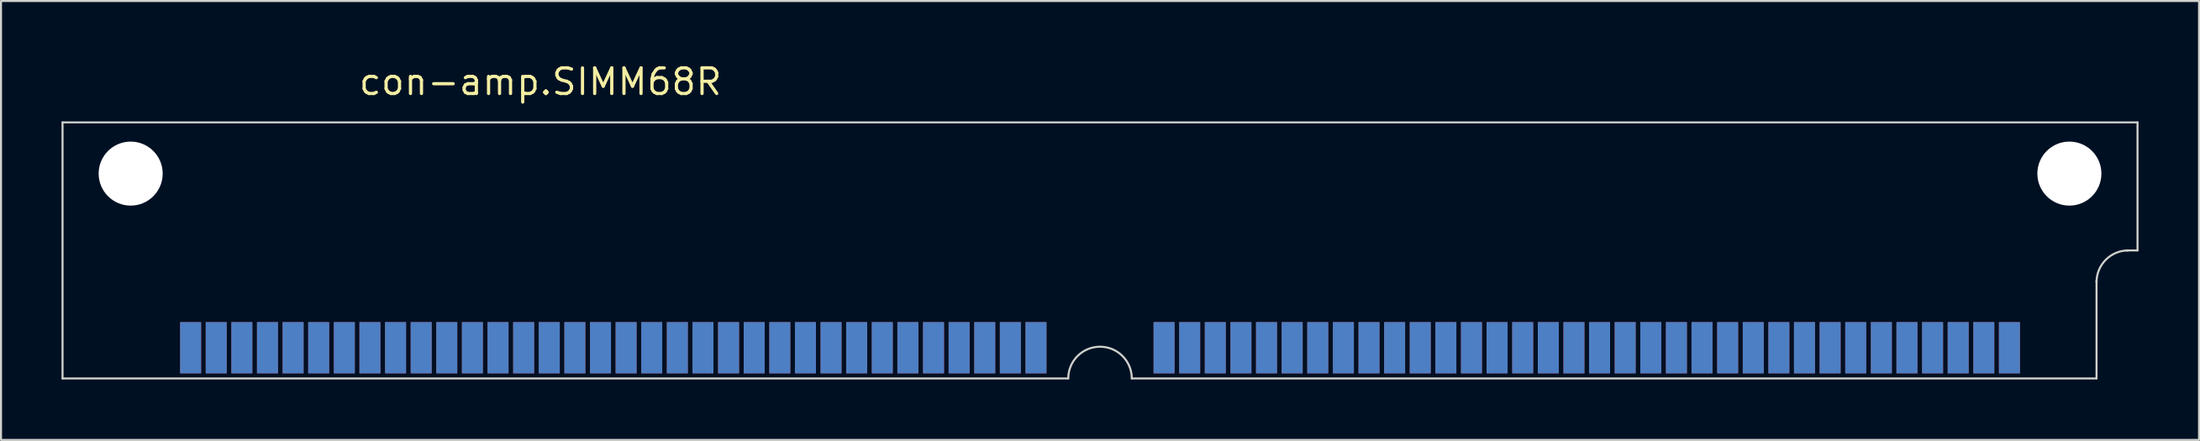
<source format=kicad_pcb>
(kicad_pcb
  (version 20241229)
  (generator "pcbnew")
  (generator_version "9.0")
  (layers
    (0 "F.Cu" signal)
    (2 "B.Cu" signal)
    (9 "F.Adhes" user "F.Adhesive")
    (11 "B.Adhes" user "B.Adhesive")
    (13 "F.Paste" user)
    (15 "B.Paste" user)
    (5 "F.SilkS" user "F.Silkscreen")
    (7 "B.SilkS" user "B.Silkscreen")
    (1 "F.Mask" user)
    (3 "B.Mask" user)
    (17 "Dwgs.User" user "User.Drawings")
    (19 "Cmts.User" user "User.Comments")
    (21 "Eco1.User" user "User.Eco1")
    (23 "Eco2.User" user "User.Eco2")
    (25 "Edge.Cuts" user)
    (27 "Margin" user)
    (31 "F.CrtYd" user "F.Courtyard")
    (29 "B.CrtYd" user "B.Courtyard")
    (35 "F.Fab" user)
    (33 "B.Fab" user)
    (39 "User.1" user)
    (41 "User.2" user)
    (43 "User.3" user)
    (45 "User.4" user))
  (footprint "con-amp.SIMM68R"
    (layer "F.Cu")
    (at 51.485 5.56)
    (property "Reference" "con-amp.SIMM68R" (at -36.83 -3.81 0) (layer "F.SilkS") (effects (font (size 1.27 1.27) (thickness 0.16)) (justify left bottom)))
    (attr smd)
    (fp_line (start -51.435 -2.54) (end -51.435 10.16) (stroke (width 0.1) (type default)) (layer "Edge.Cuts"))
    (fp_line (start -51.435 10.16) (end -1.575 10.16) (stroke (width 0.1) (type default)) (layer "Edge.Cuts"))
    (fp_line (start 1.575 10.16) (end 49.403 10.16) (stroke (width 0.1) (type default)) (layer "Edge.Cuts"))
    (fp_line (start 49.403 10.16) (end 49.403 5.309) (stroke (width 0.1) (type default)) (layer "Edge.Cuts"))
    (fp_line (start 51.435 -2.54) (end -51.435 -2.54) (stroke (width 0.1) (type default)) (layer "Edge.Cuts"))
    (fp_line (start 51.435 3.81) (end 50.876 3.81) (stroke (width 0.1) (type default)) (layer "Edge.Cuts"))
    (fp_line (start 51.435 3.81) (end 51.435 -2.54) (stroke (width 0.1) (type default)) (layer "Edge.Cuts"))
    (fp_arc (start -1.5748 10.16) (mid 0 8.5852) (end 1.5748 10.16) (stroke (width 0.1) (type default)) (layer "Edge.Cuts"))
    (fp_arc (start 49.403 5.3848) (mid 49.864248 4.271248) (end 50.9778 3.81) (stroke (width 0.1) (type default)) (layer "Edge.Cuts"))
    (pad "" np_thru_hole circle (at -48.057 0) (size 3.175 3.175) (drill 3.175) (layers "*.Cu" "*.Mask"))
    (pad "" np_thru_hole circle (at 48.057 0) (size 3.175 3.175) (drill 3.175) (layers "*.Cu" "*.Mask"))
    (pad "1" smd roundrect (at 45.085 8.636) (size 1.041 2.54) (layers "F.Cu" "F.Mask" "F.Paste") (roundrect_rratio 0.01))
    (pad "2" smd roundrect (at 43.815 8.636) (size 1.041 2.54) (layers "F.Cu" "F.Mask" "F.Paste") (roundrect_rratio 0.01))
    (pad "3" smd roundrect (at 42.545 8.636) (size 1.041 2.54) (layers "F.Cu" "F.Mask" "F.Paste") (roundrect_rratio 0.01))
    (pad "4" smd roundrect (at 41.275 8.636) (size 1.041 2.54) (layers "F.Cu" "F.Mask" "F.Paste") (roundrect_rratio 0.01))
    (pad "5" smd roundrect (at 40.005 8.636) (size 1.041 2.54) (layers "F.Cu" "F.Mask" "F.Paste") (roundrect_rratio 0.01))
    (pad "6" smd roundrect (at 38.735 8.636) (size 1.041 2.54) (layers "F.Cu" "F.Mask" "F.Paste") (roundrect_rratio 0.01))
    (pad "7" smd roundrect (at 37.465 8.636) (size 1.041 2.54) (layers "F.Cu" "F.Mask" "F.Paste") (roundrect_rratio 0.01))
    (pad "8" smd roundrect (at 36.195 8.636) (size 1.041 2.54) (layers "F.Cu" "F.Mask" "F.Paste") (roundrect_rratio 0.01))
    (pad "9" smd roundrect (at 34.925 8.636) (size 1.041 2.54) (layers "F.Cu" "F.Mask" "F.Paste") (roundrect_rratio 0.01))
    (pad "10" smd roundrect (at 33.655 8.636) (size 1.041 2.54) (layers "F.Cu" "F.Mask" "F.Paste") (roundrect_rratio 0.01))
    (pad "11" smd roundrect (at 32.385 8.636) (size 1.041 2.54) (layers "F.Cu" "F.Mask" "F.Paste") (roundrect_rratio 0.01))
    (pad "12" smd roundrect (at 31.115 8.636) (size 1.041 2.54) (layers "F.Cu" "F.Mask" "F.Paste") (roundrect_rratio 0.01))
    (pad "13" smd roundrect (at 29.845 8.636) (size 1.041 2.54) (layers "F.Cu" "F.Mask" "F.Paste") (roundrect_rratio 0.01))
    (pad "14" smd roundrect (at 28.575 8.636) (size 1.041 2.54) (layers "F.Cu" "F.Mask" "F.Paste") (roundrect_rratio 0.01))
    (pad "15" smd roundrect (at 27.305 8.636) (size 1.041 2.54) (layers "F.Cu" "F.Mask" "F.Paste") (roundrect_rratio 0.01))
    (pad "16" smd roundrect (at 26.035 8.636) (size 1.041 2.54) (layers "F.Cu" "F.Mask" "F.Paste") (roundrect_rratio 0.01))
    (pad "17" smd roundrect (at 24.765 8.636) (size 1.041 2.54) (layers "F.Cu" "F.Mask" "F.Paste") (roundrect_rratio 0.01))
    (pad "18" smd roundrect (at 23.495 8.636) (size 1.041 2.54) (layers "F.Cu" "F.Mask" "F.Paste") (roundrect_rratio 0.01))
    (pad "19" smd roundrect (at 22.225 8.636) (size 1.041 2.54) (layers "F.Cu" "F.Mask" "F.Paste") (roundrect_rratio 0.01))
    (pad "20" smd roundrect (at 20.955 8.636) (size 1.041 2.54) (layers "F.Cu" "F.Mask" "F.Paste") (roundrect_rratio 0.01))
    (pad "21" smd roundrect (at 19.685 8.636) (size 1.041 2.54) (layers "F.Cu" "F.Mask" "F.Paste") (roundrect_rratio 0.01))
    (pad "22" smd roundrect (at 18.415 8.636) (size 1.041 2.54) (layers "F.Cu" "F.Mask" "F.Paste") (roundrect_rratio 0.01))
    (pad "23" smd roundrect (at 17.145 8.636) (size 1.041 2.54) (layers "F.Cu" "F.Mask" "F.Paste") (roundrect_rratio 0.01))
    (pad "24" smd roundrect (at 15.875 8.636) (size 1.041 2.54) (layers "F.Cu" "F.Mask" "F.Paste") (roundrect_rratio 0.01))
    (pad "25" smd roundrect (at 14.605 8.636) (size 1.041 2.54) (layers "F.Cu" "F.Mask" "F.Paste") (roundrect_rratio 0.01))
    (pad "26" smd roundrect (at 13.335 8.636) (size 1.041 2.54) (layers "F.Cu" "F.Mask" "F.Paste") (roundrect_rratio 0.01))
    (pad "27" smd roundrect (at 12.065 8.636) (size 1.041 2.54) (layers "F.Cu" "F.Mask" "F.Paste") (roundrect_rratio 0.01))
    (pad "28" smd roundrect (at 10.795 8.636) (size 1.041 2.54) (layers "F.Cu" "F.Mask" "F.Paste") (roundrect_rratio 0.01))
    (pad "29" smd roundrect (at 9.525 8.636) (size 1.041 2.54) (layers "F.Cu" "F.Mask" "F.Paste") (roundrect_rratio 0.01))
    (pad "30" smd roundrect (at 8.255 8.636) (size 1.041 2.54) (layers "F.Cu" "F.Mask" "F.Paste") (roundrect_rratio 0.01))
    (pad "31" smd roundrect (at 6.985 8.636) (size 1.041 2.54) (layers "F.Cu" "F.Mask" "F.Paste") (roundrect_rratio 0.01))
    (pad "32" smd roundrect (at 5.715 8.636) (size 1.041 2.54) (layers "F.Cu" "F.Mask" "F.Paste") (roundrect_rratio 0.01))
    (pad "33" smd roundrect (at 4.445 8.636) (size 1.041 2.54) (layers "F.Cu" "F.Mask" "F.Paste") (roundrect_rratio 0.01))
    (pad "34" smd roundrect (at 3.175 8.636) (size 1.041 2.54) (layers "F.Cu" "F.Mask" "F.Paste") (roundrect_rratio 0.01))
    (pad "35" smd roundrect (at -3.175 8.636) (size 1.041 2.54) (layers "F.Cu" "F.Mask" "F.Paste") (roundrect_rratio 0.01))
    (pad "36" smd roundrect (at -4.445 8.636) (size 1.041 2.54) (layers "F.Cu" "F.Mask" "F.Paste") (roundrect_rratio 0.01))
    (pad "37" smd roundrect (at -5.715 8.636) (size 1.041 2.54) (layers "F.Cu" "F.Mask" "F.Paste") (roundrect_rratio 0.01))
    (pad "38" smd roundrect (at -6.985 8.636) (size 1.041 2.54) (layers "F.Cu" "F.Mask" "F.Paste") (roundrect_rratio 0.01))
    (pad "39" smd roundrect (at -8.255 8.636) (size 1.041 2.54) (layers "F.Cu" "F.Mask" "F.Paste") (roundrect_rratio 0.01))
    (pad "40" smd roundrect (at -9.525 8.636) (size 1.041 2.54) (layers "F.Cu" "F.Mask" "F.Paste") (roundrect_rratio 0.01))
    (pad "41" smd roundrect (at -10.795 8.636) (size 1.041 2.54) (layers "F.Cu" "F.Mask" "F.Paste") (roundrect_rratio 0.01))
    (pad "42" smd roundrect (at -12.065 8.636) (size 1.041 2.54) (layers "F.Cu" "F.Mask" "F.Paste") (roundrect_rratio 0.01))
    (pad "43" smd roundrect (at -13.335 8.636) (size 1.041 2.54) (layers "F.Cu" "F.Mask" "F.Paste") (roundrect_rratio 0.01))
    (pad "44" smd roundrect (at -14.605 8.636) (size 1.041 2.54) (layers "F.Cu" "F.Mask" "F.Paste") (roundrect_rratio 0.01))
    (pad "45" smd roundrect (at -15.875 8.636) (size 1.041 2.54) (layers "F.Cu" "F.Mask" "F.Paste") (roundrect_rratio 0.01))
    (pad "46" smd roundrect (at -17.145 8.636) (size 1.041 2.54) (layers "F.Cu" "F.Mask" "F.Paste") (roundrect_rratio 0.01))
    (pad "47" smd roundrect (at -18.415 8.636) (size 1.041 2.54) (layers "F.Cu" "F.Mask" "F.Paste") (roundrect_rratio 0.01))
    (pad "48" smd roundrect (at -19.685 8.636) (size 1.041 2.54) (layers "F.Cu" "F.Mask" "F.Paste") (roundrect_rratio 0.01))
    (pad "49" smd roundrect (at -20.955 8.636) (size 1.041 2.54) (layers "F.Cu" "F.Mask" "F.Paste") (roundrect_rratio 0.01))
    (pad "50" smd roundrect (at -22.225 8.636) (size 1.041 2.54) (layers "F.Cu" "F.Mask" "F.Paste") (roundrect_rratio 0.01))
    (pad "51" smd roundrect (at -23.495 8.636) (size 1.041 2.54) (layers "F.Cu" "F.Mask" "F.Paste") (roundrect_rratio 0.01))
    (pad "52" smd roundrect (at -24.765 8.636) (size 1.041 2.54) (layers "F.Cu" "F.Mask" "F.Paste") (roundrect_rratio 0.01))
    (pad "53" smd roundrect (at -26.035 8.636) (size 1.041 2.54) (layers "F.Cu" "F.Mask" "F.Paste") (roundrect_rratio 0.01))
    (pad "54" smd roundrect (at -27.305 8.636) (size 1.041 2.54) (layers "F.Cu" "F.Mask" "F.Paste") (roundrect_rratio 0.01))
    (pad "55" smd roundrect (at -28.575 8.636) (size 1.041 2.54) (layers "F.Cu" "F.Mask" "F.Paste") (roundrect_rratio 0.01))
    (pad "56" smd roundrect (at -29.845 8.636) (size 1.041 2.54) (layers "F.Cu" "F.Mask" "F.Paste") (roundrect_rratio 0.01))
    (pad "57" smd roundrect (at -31.115 8.636) (size 1.041 2.54) (layers "F.Cu" "F.Mask" "F.Paste") (roundrect_rratio 0.01))
    (pad "58" smd roundrect (at -32.385 8.636) (size 1.041 2.54) (layers "F.Cu" "F.Mask" "F.Paste") (roundrect_rratio 0.01))
    (pad "59" smd roundrect (at -33.655 8.636) (size 1.041 2.54) (layers "F.Cu" "F.Mask" "F.Paste") (roundrect_rratio 0.01))
    (pad "60" smd roundrect (at -34.925 8.636) (size 1.041 2.54) (layers "F.Cu" "F.Mask" "F.Paste") (roundrect_rratio 0.01))
    (pad "61" smd roundrect (at -36.195 8.636) (size 1.041 2.54) (layers "F.Cu" "F.Mask" "F.Paste") (roundrect_rratio 0.01))
    (pad "62" smd roundrect (at -37.465 8.636) (size 1.041 2.54) (layers "F.Cu" "F.Mask" "F.Paste") (roundrect_rratio 0.01))
    (pad "63" smd roundrect (at -38.735 8.636) (size 1.041 2.54) (layers "F.Cu" "F.Mask" "F.Paste") (roundrect_rratio 0.01))
    (pad "64" smd roundrect (at -40.005 8.636) (size 1.041 2.54) (layers "F.Cu" "F.Mask" "F.Paste") (roundrect_rratio 0.01))
    (pad "65" smd roundrect (at -41.275 8.636) (size 1.041 2.54) (layers "F.Cu" "F.Mask" "F.Paste") (roundrect_rratio 0.01))
    (pad "66" smd roundrect (at -42.545 8.636) (size 1.041 2.54) (layers "F.Cu" "F.Mask" "F.Paste") (roundrect_rratio 0.01))
    (pad "67" smd roundrect (at -43.815 8.636) (size 1.041 2.54) (layers "F.Cu" "F.Mask" "F.Paste") (roundrect_rratio 0.01))
    (pad "68" smd roundrect (at -45.085 8.636) (size 1.041 2.54) (layers "F.Cu" "F.Mask" "F.Paste") (roundrect_rratio 0.01))
    (pad "69" smd roundrect (at 45.085 8.636) (size 1.041 2.54) (layers "B.Cu" "B.Mask" "B.Paste") (roundrect_rratio 0.01))
    (pad "70" smd roundrect (at 43.815 8.636) (size 1.041 2.54) (layers "B.Cu" "B.Mask" "B.Paste") (roundrect_rratio 0.01))
    (pad "71" smd roundrect (at 42.545 8.636) (size 1.041 2.54) (layers "B.Cu" "B.Mask" "B.Paste") (roundrect_rratio 0.01))
    (pad "72" smd roundrect (at 41.275 8.636) (size 1.041 2.54) (layers "B.Cu" "B.Mask" "B.Paste") (roundrect_rratio 0.01))
    (pad "73" smd roundrect (at 40.005 8.636) (size 1.041 2.54) (layers "B.Cu" "B.Mask" "B.Paste") (roundrect_rratio 0.01))
    (pad "74" smd roundrect (at 38.735 8.636) (size 1.041 2.54) (layers "B.Cu" "B.Mask" "B.Paste") (roundrect_rratio 0.01))
    (pad "75" smd roundrect (at 37.465 8.636) (size 1.041 2.54) (layers "B.Cu" "B.Mask" "B.Paste") (roundrect_rratio 0.01))
    (pad "76" smd roundrect (at 36.195 8.636) (size 1.041 2.54) (layers "B.Cu" "B.Mask" "B.Paste") (roundrect_rratio 0.01))
    (pad "77" smd roundrect (at 34.925 8.636) (size 1.041 2.54) (layers "B.Cu" "B.Mask" "B.Paste") (roundrect_rratio 0.01))
    (pad "78" smd roundrect (at 33.655 8.636) (size 1.041 2.54) (layers "B.Cu" "B.Mask" "B.Paste") (roundrect_rratio 0.01))
    (pad "79" smd roundrect (at 32.385 8.636) (size 1.041 2.54) (layers "B.Cu" "B.Mask" "B.Paste") (roundrect_rratio 0.01))
    (pad "80" smd roundrect (at 31.115 8.636) (size 1.041 2.54) (layers "B.Cu" "B.Mask" "B.Paste") (roundrect_rratio 0.01))
    (pad "81" smd roundrect (at 29.845 8.636) (size 1.041 2.54) (layers "B.Cu" "B.Mask" "B.Paste") (roundrect_rratio 0.01))
    (pad "82" smd roundrect (at 28.575 8.636) (size 1.041 2.54) (layers "B.Cu" "B.Mask" "B.Paste") (roundrect_rratio 0.01))
    (pad "83" smd roundrect (at 27.305 8.636) (size 1.041 2.54) (layers "B.Cu" "B.Mask" "B.Paste") (roundrect_rratio 0.01))
    (pad "84" smd roundrect (at 26.035 8.636) (size 1.041 2.54) (layers "B.Cu" "B.Mask" "B.Paste") (roundrect_rratio 0.01))
    (pad "85" smd roundrect (at 24.765 8.636) (size 1.041 2.54) (layers "B.Cu" "B.Mask" "B.Paste") (roundrect_rratio 0.01))
    (pad "86" smd roundrect (at 23.495 8.636) (size 1.041 2.54) (layers "B.Cu" "B.Mask" "B.Paste") (roundrect_rratio 0.01))
    (pad "87" smd roundrect (at 22.225 8.636) (size 1.041 2.54) (layers "B.Cu" "B.Mask" "B.Paste") (roundrect_rratio 0.01))
    (pad "88" smd roundrect (at 20.955 8.636) (size 1.041 2.54) (layers "B.Cu" "B.Mask" "B.Paste") (roundrect_rratio 0.01))
    (pad "89" smd roundrect (at 19.685 8.636) (size 1.041 2.54) (layers "B.Cu" "B.Mask" "B.Paste") (roundrect_rratio 0.01))
    (pad "90" smd roundrect (at 18.415 8.636) (size 1.041 2.54) (layers "B.Cu" "B.Mask" "B.Paste") (roundrect_rratio 0.01))
    (pad "91" smd roundrect (at 17.145 8.636) (size 1.041 2.54) (layers "B.Cu" "B.Mask" "B.Paste") (roundrect_rratio 0.01))
    (pad "92" smd roundrect (at 15.875 8.636) (size 1.041 2.54) (layers "B.Cu" "B.Mask" "B.Paste") (roundrect_rratio 0.01))
    (pad "93" smd roundrect (at 14.605 8.636) (size 1.041 2.54) (layers "B.Cu" "B.Mask" "B.Paste") (roundrect_rratio 0.01))
    (pad "94" smd roundrect (at 13.335 8.636) (size 1.041 2.54) (layers "B.Cu" "B.Mask" "B.Paste") (roundrect_rratio 0.01))
    (pad "95" smd roundrect (at 12.065 8.636) (size 1.041 2.54) (layers "B.Cu" "B.Mask" "B.Paste") (roundrect_rratio 0.01))
    (pad "96" smd roundrect (at 10.795 8.636) (size 1.041 2.54) (layers "B.Cu" "B.Mask" "B.Paste") (roundrect_rratio 0.01))
    (pad "97" smd roundrect (at 9.525 8.636) (size 1.041 2.54) (layers "B.Cu" "B.Mask" "B.Paste") (roundrect_rratio 0.01))
    (pad "98" smd roundrect (at 8.255 8.636) (size 1.041 2.54) (layers "B.Cu" "B.Mask" "B.Paste") (roundrect_rratio 0.01))
    (pad "99" smd roundrect (at 6.985 8.636) (size 1.041 2.54) (layers "B.Cu" "B.Mask" "B.Paste") (roundrect_rratio 0.01))
    (pad "100" smd roundrect (at 5.715 8.636) (size 1.041 2.54) (layers "B.Cu" "B.Mask" "B.Paste") (roundrect_rratio 0.01))
    (pad "101" smd roundrect (at 4.445 8.636) (size 1.041 2.54) (layers "B.Cu" "B.Mask" "B.Paste") (roundrect_rratio 0.01))
    (pad "102" smd roundrect (at 3.175 8.636) (size 1.041 2.54) (layers "B.Cu" "B.Mask" "B.Paste") (roundrect_rratio 0.01))
    (pad "103" smd roundrect (at -3.175 8.636) (size 1.041 2.54) (layers "B.Cu" "B.Mask" "B.Paste") (roundrect_rratio 0.01))
    (pad "104" smd roundrect (at -4.445 8.636) (size 1.041 2.54) (layers "B.Cu" "B.Mask" "B.Paste") (roundrect_rratio 0.01))
    (pad "105" smd roundrect (at -5.715 8.636) (size 1.041 2.54) (layers "B.Cu" "B.Mask" "B.Paste") (roundrect_rratio 0.01))
    (pad "106" smd roundrect (at -6.985 8.636) (size 1.041 2.54) (layers "B.Cu" "B.Mask" "B.Paste") (roundrect_rratio 0.01))
    (pad "107" smd roundrect (at -8.255 8.636) (size 1.041 2.54) (layers "B.Cu" "B.Mask" "B.Paste") (roundrect_rratio 0.01))
    (pad "108" smd roundrect (at -9.525 8.636) (size 1.041 2.54) (layers "B.Cu" "B.Mask" "B.Paste") (roundrect_rratio 0.01))
    (pad "109" smd roundrect (at -10.795 8.636) (size 1.041 2.54) (layers "B.Cu" "B.Mask" "B.Paste") (roundrect_rratio 0.01))
    (pad "110" smd roundrect (at -12.065 8.636) (size 1.041 2.54) (layers "B.Cu" "B.Mask" "B.Paste") (roundrect_rratio 0.01))
    (pad "111" smd roundrect (at -13.335 8.636) (size 1.041 2.54) (layers "B.Cu" "B.Mask" "B.Paste") (roundrect_rratio 0.01))
    (pad "112" smd roundrect (at -14.605 8.636) (size 1.041 2.54) (layers "B.Cu" "B.Mask" "B.Paste") (roundrect_rratio 0.01))
    (pad "113" smd roundrect (at -15.875 8.636) (size 1.041 2.54) (layers "B.Cu" "B.Mask" "B.Paste") (roundrect_rratio 0.01))
    (pad "114" smd roundrect (at -17.145 8.636) (size 1.041 2.54) (layers "B.Cu" "B.Mask" "B.Paste") (roundrect_rratio 0.01))
    (pad "115" smd roundrect (at -18.415 8.636) (size 1.041 2.54) (layers "B.Cu" "B.Mask" "B.Paste") (roundrect_rratio 0.01))
    (pad "116" smd roundrect (at -19.685 8.636) (size 1.041 2.54) (layers "B.Cu" "B.Mask" "B.Paste") (roundrect_rratio 0.01))
    (pad "117" smd roundrect (at -20.955 8.636) (size 1.041 2.54) (layers "B.Cu" "B.Mask" "B.Paste") (roundrect_rratio 0.01))
    (pad "118" smd roundrect (at -22.225 8.636) (size 1.041 2.54) (layers "B.Cu" "B.Mask" "B.Paste") (roundrect_rratio 0.01))
    (pad "119" smd roundrect (at -23.495 8.636) (size 1.041 2.54) (layers "B.Cu" "B.Mask" "B.Paste") (roundrect_rratio 0.01))
    (pad "120" smd roundrect (at -24.765 8.636) (size 1.041 2.54) (layers "B.Cu" "B.Mask" "B.Paste") (roundrect_rratio 0.01))
    (pad "121" smd roundrect (at -26.035 8.636) (size 1.041 2.54) (layers "B.Cu" "B.Mask" "B.Paste") (roundrect_rratio 0.01))
    (pad "122" smd roundrect (at -27.305 8.636) (size 1.041 2.54) (layers "B.Cu" "B.Mask" "B.Paste") (roundrect_rratio 0.01))
    (pad "123" smd roundrect (at -28.575 8.636) (size 1.041 2.54) (layers "B.Cu" "B.Mask" "B.Paste") (roundrect_rratio 0.01))
    (pad "124" smd roundrect (at -29.845 8.636) (size 1.041 2.54) (layers "B.Cu" "B.Mask" "B.Paste") (roundrect_rratio 0.01))
    (pad "125" smd roundrect (at -31.115 8.636) (size 1.041 2.54) (layers "B.Cu" "B.Mask" "B.Paste") (roundrect_rratio 0.01))
    (pad "126" smd roundrect (at -32.385 8.636) (size 1.041 2.54) (layers "B.Cu" "B.Mask" "B.Paste") (roundrect_rratio 0.01))
    (pad "127" smd roundrect (at -33.655 8.636) (size 1.041 2.54) (layers "B.Cu" "B.Mask" "B.Paste") (roundrect_rratio 0.01))
    (pad "128" smd roundrect (at -34.925 8.636) (size 1.041 2.54) (layers "B.Cu" "B.Mask" "B.Paste") (roundrect_rratio 0.01))
    (pad "129" smd roundrect (at -36.195 8.636) (size 1.041 2.54) (layers "B.Cu" "B.Mask" "B.Paste") (roundrect_rratio 0.01))
    (pad "130" smd roundrect (at -37.465 8.636) (size 1.041 2.54) (layers "B.Cu" "B.Mask" "B.Paste") (roundrect_rratio 0.01))
    (pad "131" smd roundrect (at -38.735 8.636) (size 1.041 2.54) (layers "B.Cu" "B.Mask" "B.Paste") (roundrect_rratio 0.01))
    (pad "132" smd roundrect (at -40.005 8.636) (size 1.041 2.54) (layers "B.Cu" "B.Mask" "B.Paste") (roundrect_rratio 0.01))
    (pad "133" smd roundrect (at -41.275 8.636) (size 1.041 2.54) (layers "B.Cu" "B.Mask" "B.Paste") (roundrect_rratio 0.01))
    (pad "134" smd roundrect (at -42.545 8.636) (size 1.041 2.54) (layers "B.Cu" "B.Mask" "B.Paste") (roundrect_rratio 0.01))
    (pad "135" smd roundrect (at -43.815 8.636) (size 1.041 2.54) (layers "B.Cu" "B.Mask" "B.Paste") (roundrect_rratio 0.01))
    (pad "136" smd roundrect (at -45.085 8.636) (size 1.041 2.54) (layers "B.Cu" "B.Mask" "B.Paste") (roundrect_rratio 0.01)))
  (gr_rect
    (start -3 -3)
    (end 105.97 18.77)
    (stroke (width 0.1) (type default))
    (fill no)
    (layer "Edge.Cuts")))
</source>
